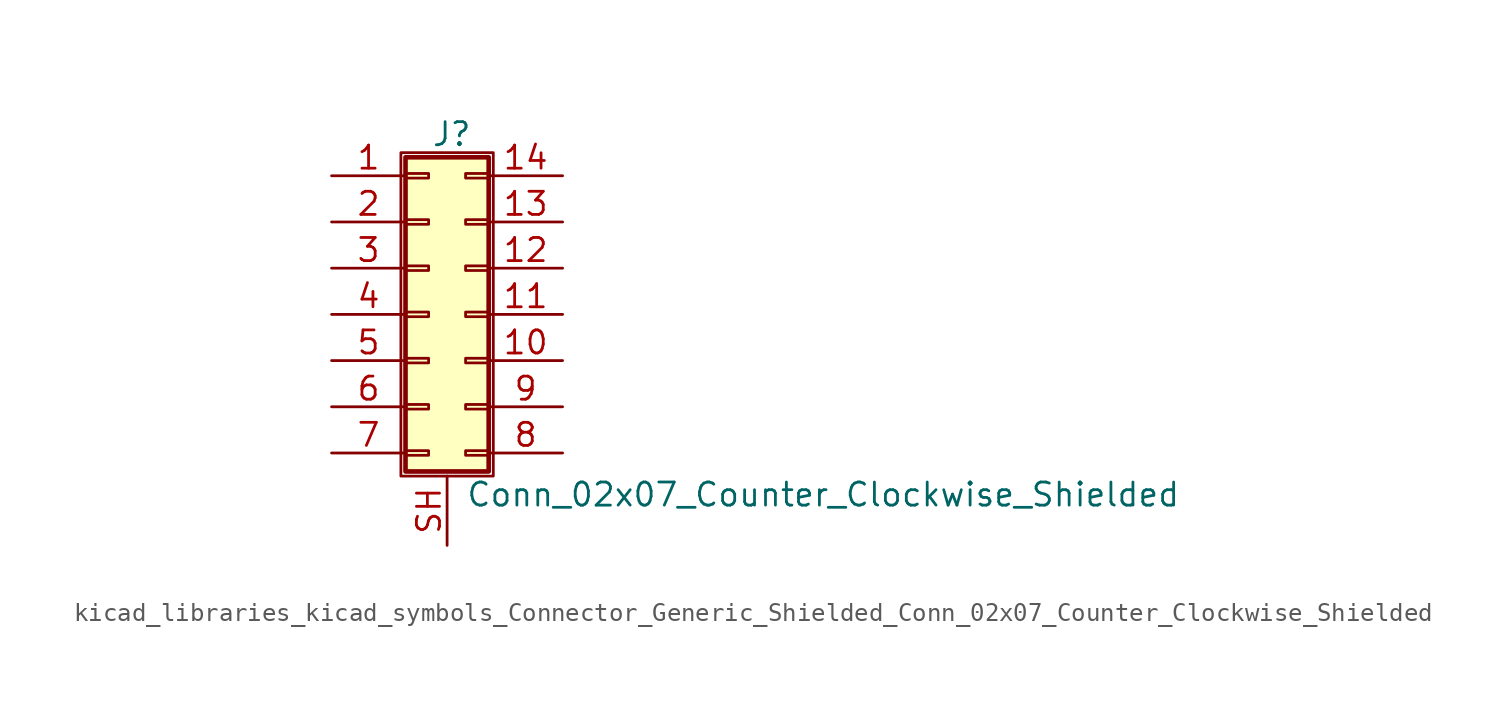
<source format=kicad_sym>
(kicad_symbol_lib
  (version 20220914)
  (generator kicad_symbol_editor)
  (symbol "kicad_libraries_kicad_symbols_Connector_Generic_Shielded_Conn_02x07_Counter_Clockwise_Shielded"
    (pin_names
      (offset 1.016) hide)
    (property "Reference" "J"
      (at 1.524 9.906 0)
      (effects (font (size 1.27 1.27))))
    (property "Value" "Conn_02x07_Counter_Clockwise_Shielded"
      (at 2.286 -9.906 0)
      (effects (font (size 1.27 1.27)) (justify left)))
    (symbol "kicad_libraries_kicad_symbols_Connector_Generic_Shielded_Conn_02x07_Counter_Clockwise_Shielded_1_1"
      (rectangle (start -1.27 8.89) (end 3.81 -8.89) (stroke (width 0.152) (type default)) (fill (type none)))
      (rectangle (start -1.016 -7.493) (end 0.254 -7.747) (stroke (width 0.152) (type default)) (fill (type none)))
      (rectangle (start -1.016 -4.953) (end 0.254 -5.207) (stroke (width 0.152) (type default)) (fill (type none)))
      (rectangle (start -1.016 -2.413) (end 0.254 -2.667) (stroke (width 0.152) (type default)) (fill (type none)))
      (rectangle (start -1.016 0.127) (end 0.254 -0.127) (stroke (width 0.152) (type default)) (fill (type none)))
      (rectangle (start -1.016 2.667) (end 0.254 2.413) (stroke (width 0.152) (type default)) (fill (type none)))
      (rectangle (start -1.016 5.207) (end 0.254 4.953) (stroke (width 0.152) (type default)) (fill (type none)))
      (rectangle (start -1.016 7.747) (end 0.254 7.493) (stroke (width 0.152) (type default)) (fill (type none)))
      (rectangle (start -1.016 8.636) (end 3.556 -8.636) (stroke (width 0.254) (type default)) (fill (type background)))
      (rectangle (start 3.556 -7.493) (end 2.286 -7.747) (stroke (width 0.152) (type default)) (fill (type none)))
      (rectangle (start 3.556 -4.953) (end 2.286 -5.207) (stroke (width 0.152) (type default)) (fill (type none)))
      (rectangle (start 3.556 -2.413) (end 2.286 -2.667) (stroke (width 0.152) (type default)) (fill (type none)))
      (rectangle (start 3.556 0.127) (end 2.286 -0.127) (stroke (width 0.152) (type default)) (fill (type none)))
      (rectangle (start 3.556 2.667) (end 2.286 2.413) (stroke (width 0.152) (type default)) (fill (type none)))
      (rectangle (start 3.556 5.207) (end 2.286 4.953) (stroke (width 0.152) (type default)) (fill (type none)))
      (rectangle (start 3.556 7.747) (end 2.286 7.493) (stroke (width 0.152) (type default)) (fill (type none)))
      (pin passive line (at -5.08 7.62 0) (length 4.064) (name "Pin_1" (effects (font (size 1.27 1.27)))) (number "1" (effects (font (size 1.27 1.27)))))
      (pin passive line (at 7.62 -2.54 180) (length 4.064) (name "Pin_10" (effects (font (size 1.27 1.27)))) (number "10" (effects (font (size 1.27 1.27)))))
      (pin passive line (at 7.62 0 180) (length 4.064) (name "Pin_11" (effects (font (size 1.27 1.27)))) (number "11" (effects (font (size 1.27 1.27)))))
      (pin passive line (at 7.62 2.54 180) (length 4.064) (name "Pin_12" (effects (font (size 1.27 1.27)))) (number "12" (effects (font (size 1.27 1.27)))))
      (pin passive line (at 7.62 5.08 180) (length 4.064) (name "Pin_13" (effects (font (size 1.27 1.27)))) (number "13" (effects (font (size 1.27 1.27)))))
      (pin passive line (at 7.62 7.62 180) (length 4.064) (name "Pin_14" (effects (font (size 1.27 1.27)))) (number "14" (effects (font (size 1.27 1.27)))))
      (pin passive line (at -5.08 5.08 0) (length 4.064) (name "Pin_2" (effects (font (size 1.27 1.27)))) (number "2" (effects (font (size 1.27 1.27)))))
      (pin passive line (at -5.08 2.54 0) (length 4.064) (name "Pin_3" (effects (font (size 1.27 1.27)))) (number "3" (effects (font (size 1.27 1.27)))))
      (pin passive line (at -5.08 0 0) (length 4.064) (name "Pin_4" (effects (font (size 1.27 1.27)))) (number "4" (effects (font (size 1.27 1.27)))))
      (pin passive line (at -5.08 -2.54 0) (length 4.064) (name "Pin_5" (effects (font (size 1.27 1.27)))) (number "5" (effects (font (size 1.27 1.27)))))
      (pin passive line (at -5.08 -5.08 0) (length 4.064) (name "Pin_6" (effects (font (size 1.27 1.27)))) (number "6" (effects (font (size 1.27 1.27)))))
      (pin passive line (at -5.08 -7.62 0) (length 4.064) (name "Pin_7" (effects (font (size 1.27 1.27)))) (number "7" (effects (font (size 1.27 1.27)))))
      (pin passive line (at 7.62 -7.62 180) (length 4.064) (name "Pin_8" (effects (font (size 1.27 1.27)))) (number "8" (effects (font (size 1.27 1.27)))))
      (pin passive line (at 7.62 -5.08 180) (length 4.064) (name "Pin_9" (effects (font (size 1.27 1.27)))) (number "9" (effects (font (size 1.27 1.27)))))
      (pin passive line (at 1.27 -12.7 90) (length 3.81) (name "Shield" (effects (font (size 1.27 1.27)))) (number "SH" (effects (font (size 1.27 1.27))))))))
</source>
